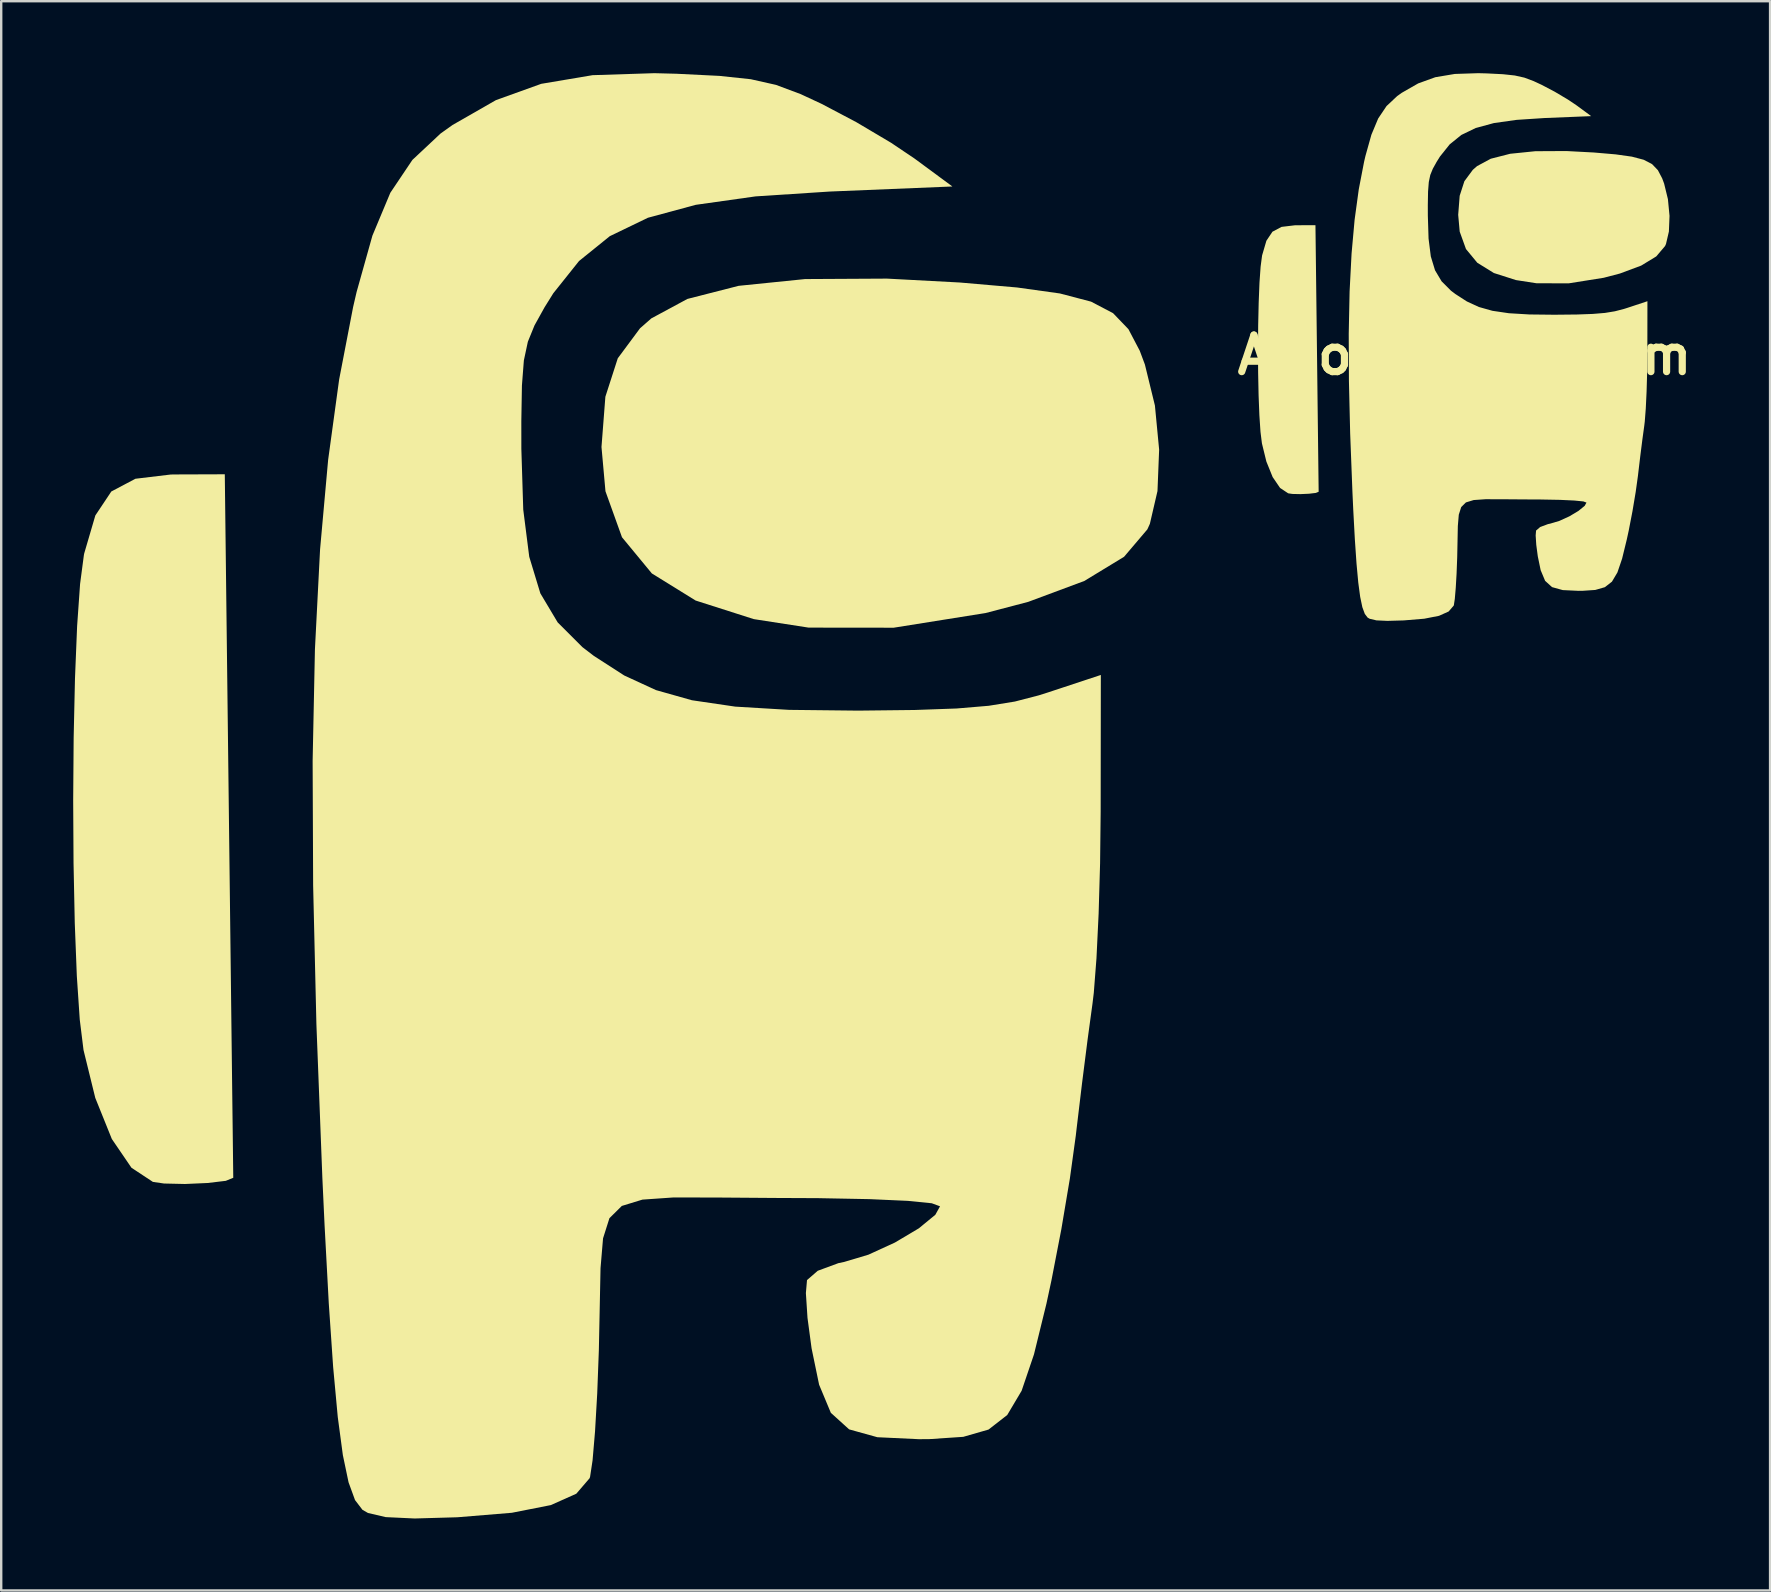
<source format=kicad_pcb>
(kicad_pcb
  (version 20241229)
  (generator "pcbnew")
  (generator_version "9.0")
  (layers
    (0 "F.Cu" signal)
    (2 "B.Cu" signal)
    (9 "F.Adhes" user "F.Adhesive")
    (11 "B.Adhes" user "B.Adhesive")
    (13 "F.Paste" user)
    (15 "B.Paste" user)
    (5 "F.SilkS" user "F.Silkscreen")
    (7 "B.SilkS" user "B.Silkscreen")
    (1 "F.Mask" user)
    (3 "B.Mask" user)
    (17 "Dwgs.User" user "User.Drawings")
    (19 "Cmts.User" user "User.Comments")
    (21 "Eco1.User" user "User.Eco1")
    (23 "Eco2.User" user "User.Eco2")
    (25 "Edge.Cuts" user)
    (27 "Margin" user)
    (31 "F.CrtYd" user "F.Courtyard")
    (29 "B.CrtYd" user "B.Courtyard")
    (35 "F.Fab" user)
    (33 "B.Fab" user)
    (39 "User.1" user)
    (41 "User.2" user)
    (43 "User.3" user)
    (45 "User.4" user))
  (footprint "AmongUsMedium"
    (layer "F.Cu")
    (at 57.992 11.749)
    (property "Reference" "AmongUsMedium" (at 0 0 0) (layer "F.SilkS") (effects (font (size 1.524 1.524) (thickness 0.3))))
    (attr board_only exclude_from_pos_files exclude_from_bom)
    (fp_poly (pts (xy 5.391 -8.443) (xy 6.295 -8.365) (xy 6.973 -8.27) (xy 7.466 -8.14) (xy 7.813 -7.959) (xy 8.056 -7.706) (xy 8.235 -7.365) (xy 8.316 -7.147) (xy 8.474 -6.5) (xy 8.541 -5.803) (xy 8.515 -5.149) (xy 8.394 -4.631) (xy 8.355 -4.544) (xy 7.987 -4.111) (xy 7.359 -3.729) (xy 6.474 -3.399) (xy 5.799 -3.222) (xy 4.348 -2.991) (xy 3.005 -2.992) (xy 2.139 -3.126) (xy 1.22 -3.42) (xy 0.529 -3.848) (xy 0.057 -4.42) (xy -0.204 -5.145) (xy -0.267 -5.844) (xy -0.205 -6.639) (xy -0.009 -7.246) (xy 0.342 -7.72) (xy 0.52 -7.876) (xy 1.09 -8.183) (xy 1.899 -8.39) (xy 2.949 -8.497) (xy 4.242 -8.504)) (stroke (width 0) (type solid)) (fill yes) (layer "F.SilkS"))
    (fp_poly (pts (xy -6.149 0.134) (xy -6.135 1.323) (xy -6.122 2.426) (xy -6.11 3.414) (xy -6.1 4.26) (xy -6.092 4.936) (xy -6.086 5.413) (xy -6.083 5.665) (xy -6.083 5.697) (xy -6.2 5.745) (xy -6.487 5.779) (xy -6.845 5.795) (xy -7.176 5.788) (xy -7.352 5.762) (xy -7.69 5.539) (xy -8 5.084) (xy -8.262 4.436) (xy -8.447 3.68) (xy -8.507 3.198) (xy -8.553 2.511) (xy -8.586 1.67) (xy -8.605 0.728) (xy -8.611 -0.264) (xy -8.603 -1.253) (xy -8.582 -2.187) (xy -8.549 -3.015) (xy -8.502 -3.683) (xy -8.442 -4.14) (xy -8.437 -4.163) (xy -8.261 -4.764) (xy -8.008 -5.142) (xy -7.628 -5.343) (xy -7.069 -5.41) (xy -6.974 -5.411) (xy -6.216 -5.414)) (stroke (width 0) (type solid)) (fill yes) (layer "F.SilkS"))
    (fp_poly (pts (xy 0.919 -11.74) (xy 1.596 -11.706) (xy 2.091 -11.653) (xy 2.489 -11.564) (xy 2.876 -11.419) (xy 3.208 -11.265) (xy 3.757 -10.976) (xy 4.307 -10.649) (xy 4.676 -10.401) (xy 5.275 -9.959) (xy 3.339 -9.88) (xy 2.167 -9.803) (xy 1.222 -9.67) (xy 0.466 -9.465) (xy -0.135 -9.175) (xy -0.621 -8.782) (xy -1.027 -8.274) (xy -1.167 -8.05) (xy -1.325 -7.765) (xy -1.43 -7.507) (xy -1.492 -7.212) (xy -1.523 -6.816) (xy -1.533 -6.255) (xy -1.532 -5.815) (xy -1.502 -4.856) (xy -1.408 -4.111) (xy -1.232 -3.533) (xy -0.958 -3.074) (xy -0.57 -2.685) (xy -0.388 -2.546) (xy 0.093 -2.236) (xy 0.593 -2.005) (xy 1.161 -1.845) (xy 1.846 -1.744) (xy 2.697 -1.693) (xy 3.763 -1.681) (xy 3.81 -1.682) (xy 4.68 -1.691) (xy 5.341 -1.715) (xy 5.849 -1.757) (xy 6.263 -1.825) (xy 6.639 -1.922) (xy 6.784 -1.968) (xy 7.62 -2.245) (xy 7.617 -0.086) (xy 7.608 0.728) (xy 7.585 1.525) (xy 7.551 2.231) (xy 7.509 2.774) (xy 7.488 2.948) (xy 7.411 3.509) (xy 7.323 4.203) (xy 7.24 4.899) (xy 7.225 5.03) (xy 7.131 5.706) (xy 6.996 6.512) (xy 6.84 7.318) (xy 6.76 7.686) (xy 6.564 8.487) (xy 6.369 9.06) (xy 6.141 9.444) (xy 5.846 9.674) (xy 5.447 9.789) (xy 4.911 9.825) (xy 4.746 9.826) (xy 4.09 9.795) (xy 3.644 9.671) (xy 3.356 9.409) (xy 3.17 8.965) (xy 3.051 8.389) (xy 2.987 7.909) (xy 2.962 7.518) (xy 2.979 7.313) (xy 3.149 7.166) (xy 3.475 7.045) (xy 3.565 7.026) (xy 3.95 6.911) (xy 4.368 6.72) (xy 4.745 6.495) (xy 5.006 6.282) (xy 5.08 6.148) (xy 4.95 6.1) (xy 4.572 6.062) (xy 3.967 6.034) (xy 3.154 6.019) (xy 2.476 6.016) (xy 1.557 6.009) (xy 0.869 6.008) (xy 0.38 6.042) (xy 0.055 6.141) (xy -0.141 6.335) (xy -0.242 6.653) (xy -0.282 7.125) (xy -0.295 7.78) (xy -0.308 8.422) (xy -0.334 9.105) (xy -0.369 9.704) (xy -0.408 10.161) (xy -0.447 10.419) (xy -0.455 10.443) (xy -0.665 10.687) (xy -1.066 10.867) (xy -1.682 10.988) (xy -2.538 11.059) (xy -2.54 11.059) (xy -3.218 11.078) (xy -3.675 11.057) (xy -3.955 10.991) (xy -4.042 10.941) (xy -4.159 10.787) (xy -4.262 10.507) (xy -4.352 10.077) (xy -4.432 9.477) (xy -4.505 8.686) (xy -4.574 7.681) (xy -4.641 6.441) (xy -4.675 5.704) (xy -4.769 3.27) (xy -4.821 1.079) (xy -4.829 -0.887) (xy -4.793 -2.649) (xy -4.711 -4.227) (xy -4.584 -5.641) (xy -4.41 -6.911) (xy -4.189 -8.057) (xy -4.134 -8.294) (xy -3.885 -9.183) (xy -3.602 -9.86) (xy -3.253 -10.379) (xy -2.808 -10.796) (xy -2.62 -10.93) (xy -1.934 -11.323) (xy -1.219 -11.581) (xy -0.407 -11.717) (xy 0.568 -11.749)) (stroke (width 0) (type solid)) (fill yes) (layer "F.SilkS")))
  (footprint "AmongUs"
    (layer "F.Cu")
    (at 22.723 31.004)
    (property "Reference" "AmongUs" (at 0 0 0) (layer "F.SilkS") (effects (font (size 1.524 1.524) (thickness 0.3))))
    (attr board_only exclude_from_pos_files exclude_from_bom)
    (fp_poly (pts (xy 14.225 -22.28) (xy 16.612 -22.073) (xy 18.402 -21.823) (xy 19.701 -21.482) (xy 20.617 -21.002) (xy 21.258 -20.335) (xy 21.73 -19.435) (xy 21.945 -18.86) (xy 22.362 -17.153) (xy 22.538 -15.314) (xy 22.469 -13.588) (xy 22.152 -12.222) (xy 22.047 -11.991) (xy 21.076 -10.848) (xy 19.419 -9.84) (xy 17.083 -8.97) (xy 15.302 -8.503) (xy 11.475 -7.892) (xy 7.929 -7.896) (xy 5.644 -8.25) (xy 3.219 -9.025) (xy 1.395 -10.154) (xy 0.15 -11.663) (xy -0.538 -13.578) (xy -0.704 -15.423) (xy -0.542 -17.519) (xy -0.025 -19.121) (xy 0.903 -20.372) (xy 1.373 -20.784) (xy 2.877 -21.595) (xy 5.011 -22.141) (xy 7.781 -22.423) (xy 11.194 -22.442)) (stroke (width 0) (type solid)) (fill yes) (layer "F.SilkS"))
    (fp_poly (pts (xy -16.228 0.353) (xy -16.19 3.491) (xy -16.155 6.401) (xy -16.124 9.009) (xy -16.097 11.242) (xy -16.075 13.025) (xy -16.06 14.285) (xy -16.052 14.949) (xy -16.051 15.034) (xy -16.361 15.161) (xy -17.117 15.251) (xy -18.062 15.293) (xy -18.937 15.273) (xy -19.4 15.206) (xy -20.294 14.616) (xy -21.112 13.417) (xy -21.802 11.705) (xy -22.292 9.71) (xy -22.449 8.44) (xy -22.571 6.627) (xy -22.657 4.408) (xy -22.708 1.921) (xy -22.723 -0.697) (xy -22.703 -3.307) (xy -22.648 -5.772) (xy -22.559 -7.956) (xy -22.435 -9.719) (xy -22.276 -10.925) (xy -22.264 -10.985) (xy -21.799 -12.571) (xy -21.133 -13.57) (xy -20.13 -14.1) (xy -18.654 -14.277) (xy -18.404 -14.28) (xy -16.404 -14.287)) (stroke (width 0) (type solid)) (fill yes) (layer "F.SilkS"))
    (fp_poly (pts (xy 2.424 -30.98) (xy 4.212 -30.891) (xy 5.519 -30.752) (xy 6.569 -30.516) (xy 7.589 -30.135) (xy 8.467 -29.727) (xy 9.914 -28.964) (xy 11.366 -28.103) (xy 12.34 -27.448) (xy 13.921 -26.282) (xy 8.812 -26.071) (xy 5.718 -25.869) (xy 3.224 -25.517) (xy 1.231 -24.978) (xy -0.357 -24.211) (xy -1.639 -23.176) (xy -2.711 -21.833) (xy -3.079 -21.243) (xy -3.496 -20.491) (xy -3.773 -19.811) (xy -3.939 -19.032) (xy -4.02 -17.987) (xy -4.045 -16.506) (xy -4.044 -15.346) (xy -3.965 -12.814) (xy -3.715 -10.849) (xy -3.252 -9.324) (xy -2.529 -8.112) (xy -1.503 -7.086) (xy -1.023 -6.718) (xy 0.246 -5.9) (xy 1.566 -5.292) (xy 3.064 -4.869) (xy 4.872 -4.603) (xy 7.117 -4.468) (xy 9.93 -4.437) (xy 10.054 -4.437) (xy 12.351 -4.463) (xy 14.094 -4.525) (xy 15.435 -4.638) (xy 16.526 -4.815) (xy 17.519 -5.072) (xy 17.903 -5.194) (xy 20.108 -5.923) (xy 20.101 -0.228) (xy 20.077 1.922) (xy 20.016 4.024) (xy 19.926 5.887) (xy 19.815 7.321) (xy 19.76 7.778) (xy 19.558 9.26) (xy 19.325 11.092) (xy 19.105 12.927) (xy 19.065 13.273) (xy 18.819 15.057) (xy 18.461 17.184) (xy 18.049 19.312) (xy 17.84 20.283) (xy 17.321 22.396) (xy 16.807 23.91) (xy 16.207 24.921) (xy 15.427 25.528) (xy 14.375 25.831) (xy 12.959 25.926) (xy 12.524 25.929) (xy 10.794 25.847) (xy 9.617 25.52) (xy 8.855 24.83) (xy 8.366 23.658) (xy 8.052 22.139) (xy 7.882 20.871) (xy 7.815 19.84) (xy 7.862 19.297) (xy 8.309 18.91) (xy 9.17 18.592) (xy 9.409 18.542) (xy 10.422 18.239) (xy 11.526 17.733) (xy 12.522 17.141) (xy 13.21 16.576) (xy 13.406 16.223) (xy 13.062 16.096) (xy 12.065 15.996) (xy 10.468 15.924) (xy 8.322 15.883) (xy 6.533 15.875) (xy 4.108 15.857) (xy 2.294 15.854) (xy 1.003 15.944) (xy 0.144 16.207) (xy -0.373 16.718) (xy -0.639 17.558) (xy -0.744 18.803) (xy -0.779 20.531) (xy -0.814 22.225) (xy -0.882 24.028) (xy -0.973 25.608) (xy -1.076 26.813) (xy -1.179 27.494) (xy -1.2 27.557) (xy -1.754 28.202) (xy -2.813 28.675) (xy -4.439 28.996) (xy -6.698 29.182) (xy -6.703 29.183) (xy -8.491 29.234) (xy -9.697 29.177) (xy -10.437 29.004) (xy -10.667 28.872) (xy -10.976 28.467) (xy -11.246 27.726) (xy -11.483 26.593) (xy -11.695 25.01) (xy -11.888 22.921) (xy -12.07 20.269) (xy -12.246 16.997) (xy -12.337 15.052) (xy -12.586 8.628) (xy -12.722 2.848) (xy -12.743 -2.34) (xy -12.647 -6.991) (xy -12.433 -11.155) (xy -12.097 -14.886) (xy -11.638 -18.237) (xy -11.055 -21.261) (xy -10.91 -21.886) (xy -10.252 -24.232) (xy -9.505 -26.019) (xy -8.585 -27.389) (xy -7.41 -28.49) (xy -6.915 -28.843) (xy -5.103 -29.881) (xy -3.216 -30.56) (xy -1.075 -30.921) (xy 1.499 -31.004)) (stroke (width 0) (type solid)) (fill yes) (layer "F.SilkS")))
  (gr_rect
    (start -3 -3)
    (end 70.724 63.238)
    (stroke (width 0.1) (type default))
    (fill no)
    (layer "Edge.Cuts")))
</source>
